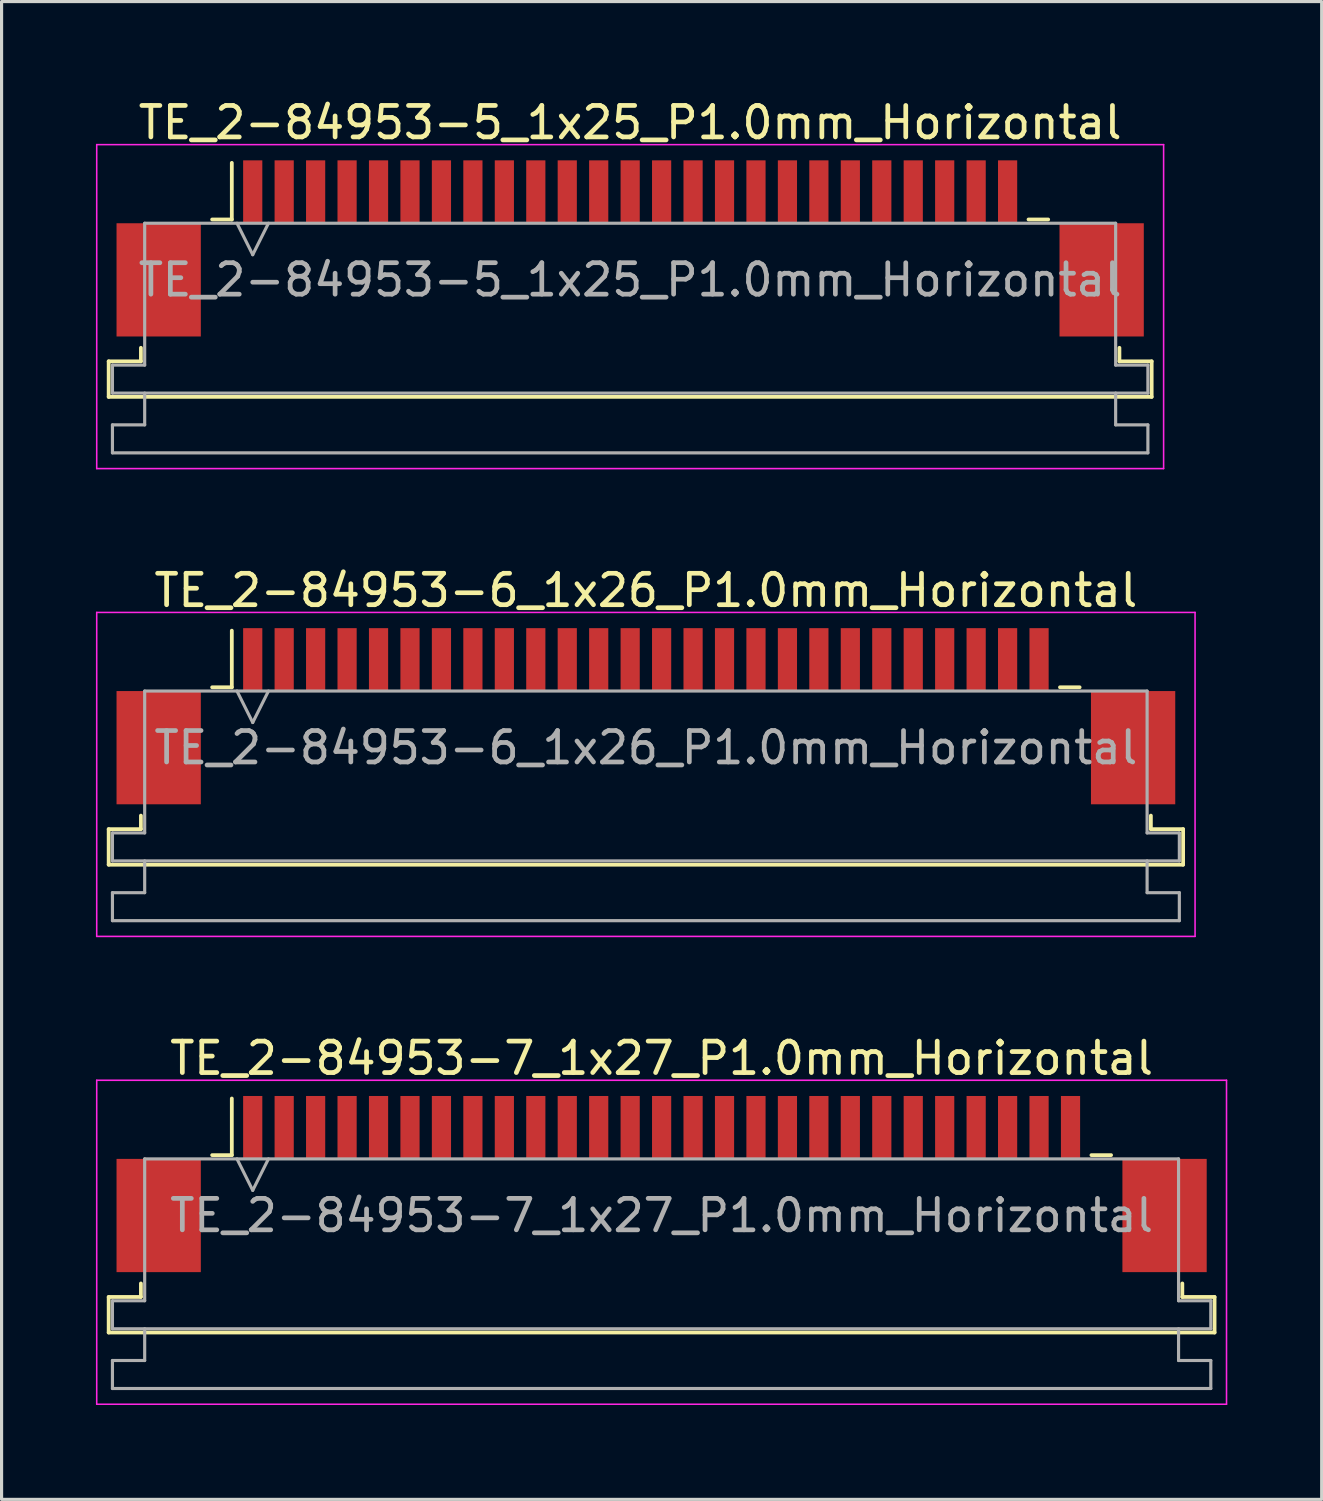
<source format=kicad_pcb>
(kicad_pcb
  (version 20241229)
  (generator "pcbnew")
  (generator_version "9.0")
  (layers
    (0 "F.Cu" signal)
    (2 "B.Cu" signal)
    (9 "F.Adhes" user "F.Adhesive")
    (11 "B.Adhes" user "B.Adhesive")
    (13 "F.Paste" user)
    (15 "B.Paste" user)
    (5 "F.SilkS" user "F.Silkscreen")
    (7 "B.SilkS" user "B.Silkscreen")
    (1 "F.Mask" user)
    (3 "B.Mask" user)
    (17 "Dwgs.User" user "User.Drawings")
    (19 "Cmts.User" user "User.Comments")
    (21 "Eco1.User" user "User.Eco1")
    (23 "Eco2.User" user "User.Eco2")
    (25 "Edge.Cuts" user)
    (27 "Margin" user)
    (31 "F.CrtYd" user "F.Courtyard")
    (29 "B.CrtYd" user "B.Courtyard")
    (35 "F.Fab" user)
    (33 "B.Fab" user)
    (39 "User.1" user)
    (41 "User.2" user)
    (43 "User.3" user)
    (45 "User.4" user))
  (footprint "TE_2-84953-7_1x27_P1.0mm_Horizontal"
    (layer "F.Cu")
    (at 17.985 34.595)
    (property "Reference" "TE_2-84953-7_1x27_P1.0mm_Horizontal" (at 0 -4 0) (layer "F.SilkS") (effects (font (size 1 1) (thickness 0.15))))
    (attr smd)
    (fp_line (start -17.58 3.59) (end -16.555 3.59) (stroke (width 0.12) (type solid)) (layer "F.SilkS"))
    (fp_line (start -17.58 4.72) (end -17.58 3.59) (stroke (width 0.12) (type solid)) (layer "F.SilkS"))
    (fp_line (start -16.555 3.59) (end -16.555 3.16) (stroke (width 0.12) (type solid)) (layer "F.SilkS"))
    (fp_line (start -14.29 -0.92) (end -13.665 -0.92) (stroke (width 0.12) (type solid)) (layer "F.SilkS"))
    (fp_line (start -13.665 -0.92) (end -13.665 -2.72) (stroke (width 0.12) (type solid)) (layer "F.SilkS"))
    (fp_line (start 13.665 -0.92) (end 14.29 -0.92) (stroke (width 0.12) (type solid)) (layer "F.SilkS"))
    (fp_line (start 16.555 3.16) (end 16.555 3.59) (stroke (width 0.12) (type solid)) (layer "F.SilkS"))
    (fp_line (start 16.555 3.59) (end 17.58 3.59) (stroke (width 0.12) (type solid)) (layer "F.SilkS"))
    (fp_line (start 17.58 3.59) (end 17.58 4.72) (stroke (width 0.12) (type solid)) (layer "F.SilkS"))
    (fp_line (start 17.58 4.72) (end -17.58 4.72) (stroke (width 0.12) (type solid)) (layer "F.SilkS"))
    (fp_line (start -17.96 -3.3) (end -17.96 7) (stroke (width 0.05) (type solid)) (layer "F.CrtYd"))
    (fp_line (start -17.96 7) (end 17.96 7) (stroke (width 0.05) (type solid)) (layer "F.CrtYd"))
    (fp_line (start 17.96 -3.3) (end -17.96 -3.3) (stroke (width 0.05) (type solid)) (layer "F.CrtYd"))
    (fp_line (start 17.96 7) (end 17.96 -3.3) (stroke (width 0.05) (type solid)) (layer "F.CrtYd"))
    (fp_line (start -17.46 3.71) (end -16.435 3.71) (stroke (width 0.1) (type solid)) (layer "F.Fab"))
    (fp_line (start -17.46 4.6) (end -17.46 3.71) (stroke (width 0.1) (type solid)) (layer "F.Fab"))
    (fp_line (start -17.46 5.61) (end -16.435 5.61) (stroke (width 0.1) (type solid)) (layer "F.Fab"))
    (fp_line (start -17.46 6.5) (end -17.46 5.61) (stroke (width 0.1) (type solid)) (layer "F.Fab"))
    (fp_line (start -16.435 -0.8) (end 16.435 -0.8) (stroke (width 0.1) (type solid)) (layer "F.Fab"))
    (fp_line (start -16.435 3.71) (end -16.435 -0.8) (stroke (width 0.1) (type solid)) (layer "F.Fab"))
    (fp_line (start -16.435 5.61) (end -16.435 4.6) (stroke (width 0.1) (type solid)) (layer "F.Fab"))
    (fp_line (start -13.5 -0.8) (end -13 0.2) (stroke (width 0.1) (type solid)) (layer "F.Fab"))
    (fp_line (start -13 0.2) (end -12.5 -0.8) (stroke (width 0.1) (type solid)) (layer "F.Fab"))
    (fp_line (start 16.435 -0.8) (end 16.435 3.71) (stroke (width 0.1) (type solid)) (layer "F.Fab"))
    (fp_line (start 16.435 3.71) (end 17.46 3.71) (stroke (width 0.1) (type solid)) (layer "F.Fab"))
    (fp_line (start 16.435 4.6) (end 16.435 5.61) (stroke (width 0.1) (type solid)) (layer "F.Fab"))
    (fp_line (start 16.435 5.61) (end 17.46 5.61) (stroke (width 0.1) (type solid)) (layer "F.Fab"))
    (fp_line (start 17.46 3.71) (end 17.46 4.6) (stroke (width 0.1) (type solid)) (layer "F.Fab"))
    (fp_line (start 17.46 4.6) (end -17.46 4.6) (stroke (width 0.1) (type solid)) (layer "F.Fab"))
    (fp_line (start 17.46 5.61) (end 17.46 6.5) (stroke (width 0.1) (type solid)) (layer "F.Fab"))
    (fp_line (start 17.46 6.5) (end -17.46 6.5) (stroke (width 0.1) (type solid)) (layer "F.Fab"))
    (fp_text user "${REFERENCE}" (at 0 1 0) (layer "F.Fab") (effects (font (size 1 1) (thickness 0.15))))
    (pad "" smd rect (at -15.99 1) (size 2.68 3.6) (layers "F.Cu" "F.Mask" "F.Paste"))
    (pad "" smd rect (at 15.99 1) (size 2.68 3.6) (layers "F.Cu" "F.Mask" "F.Paste"))
    (pad "1" smd rect (at -13 -1.8) (size 0.61 2) (layers "F.Cu" "F.Mask" "F.Paste"))
    (pad "2" smd rect (at -12 -1.8) (size 0.61 2) (layers "F.Cu" "F.Mask" "F.Paste"))
    (pad "3" smd rect (at -11 -1.8) (size 0.61 2) (layers "F.Cu" "F.Mask" "F.Paste"))
    (pad "4" smd rect (at -10 -1.8) (size 0.61 2) (layers "F.Cu" "F.Mask" "F.Paste"))
    (pad "5" smd rect (at -9 -1.8) (size 0.61 2) (layers "F.Cu" "F.Mask" "F.Paste"))
    (pad "6" smd rect (at -8 -1.8) (size 0.61 2) (layers "F.Cu" "F.Mask" "F.Paste"))
    (pad "7" smd rect (at -7 -1.8) (size 0.61 2) (layers "F.Cu" "F.Mask" "F.Paste"))
    (pad "8" smd rect (at -6 -1.8) (size 0.61 2) (layers "F.Cu" "F.Mask" "F.Paste"))
    (pad "9" smd rect (at -5 -1.8) (size 0.61 2) (layers "F.Cu" "F.Mask" "F.Paste"))
    (pad "10" smd rect (at -4 -1.8) (size 0.61 2) (layers "F.Cu" "F.Mask" "F.Paste"))
    (pad "11" smd rect (at -3 -1.8) (size 0.61 2) (layers "F.Cu" "F.Mask" "F.Paste"))
    (pad "12" smd rect (at -2 -1.8) (size 0.61 2) (layers "F.Cu" "F.Mask" "F.Paste"))
    (pad "13" smd rect (at -1 -1.8) (size 0.61 2) (layers "F.Cu" "F.Mask" "F.Paste"))
    (pad "14" smd rect (at 0 -1.8) (size 0.61 2) (layers "F.Cu" "F.Mask" "F.Paste"))
    (pad "15" smd rect (at 1 -1.8) (size 0.61 2) (layers "F.Cu" "F.Mask" "F.Paste"))
    (pad "16" smd rect (at 2 -1.8) (size 0.61 2) (layers "F.Cu" "F.Mask" "F.Paste"))
    (pad "17" smd rect (at 3 -1.8) (size 0.61 2) (layers "F.Cu" "F.Mask" "F.Paste"))
    (pad "18" smd rect (at 4 -1.8) (size 0.61 2) (layers "F.Cu" "F.Mask" "F.Paste"))
    (pad "19" smd rect (at 5 -1.8) (size 0.61 2) (layers "F.Cu" "F.Mask" "F.Paste"))
    (pad "20" smd rect (at 6 -1.8) (size 0.61 2) (layers "F.Cu" "F.Mask" "F.Paste"))
    (pad "21" smd rect (at 7 -1.8) (size 0.61 2) (layers "F.Cu" "F.Mask" "F.Paste"))
    (pad "22" smd rect (at 8 -1.8) (size 0.61 2) (layers "F.Cu" "F.Mask" "F.Paste"))
    (pad "23" smd rect (at 9 -1.8) (size 0.61 2) (layers "F.Cu" "F.Mask" "F.Paste"))
    (pad "24" smd rect (at 10 -1.8) (size 0.61 2) (layers "F.Cu" "F.Mask" "F.Paste"))
    (pad "25" smd rect (at 11 -1.8) (size 0.61 2) (layers "F.Cu" "F.Mask" "F.Paste"))
    (pad "26" smd rect (at 12 -1.8) (size 0.61 2) (layers "F.Cu" "F.Mask" "F.Paste"))
    (pad "27" smd rect (at 13 -1.8) (size 0.61 2) (layers "F.Cu" "F.Mask" "F.Paste")))
  (footprint "TE_2-84953-5_1x25_P1.0mm_Horizontal"
    (layer "F.Cu")
    (at 16.985 4.848)
    (property "Reference" "TE_2-84953-5_1x25_P1.0mm_Horizontal" (at 0 -4 0) (layer "F.SilkS") (effects (font (size 1 1) (thickness 0.15))))
    (attr smd)
    (fp_line (start -16.58 3.59) (end -15.555 3.59) (stroke (width 0.12) (type solid)) (layer "F.SilkS"))
    (fp_line (start -16.58 4.72) (end -16.58 3.59) (stroke (width 0.12) (type solid)) (layer "F.SilkS"))
    (fp_line (start -15.555 3.59) (end -15.555 3.16) (stroke (width 0.12) (type solid)) (layer "F.SilkS"))
    (fp_line (start -13.29 -0.92) (end -12.665 -0.92) (stroke (width 0.12) (type solid)) (layer "F.SilkS"))
    (fp_line (start -12.665 -0.92) (end -12.665 -2.72) (stroke (width 0.12) (type solid)) (layer "F.SilkS"))
    (fp_line (start 12.665 -0.92) (end 13.29 -0.92) (stroke (width 0.12) (type solid)) (layer "F.SilkS"))
    (fp_line (start 15.555 3.16) (end 15.555 3.59) (stroke (width 0.12) (type solid)) (layer "F.SilkS"))
    (fp_line (start 15.555 3.59) (end 16.58 3.59) (stroke (width 0.12) (type solid)) (layer "F.SilkS"))
    (fp_line (start 16.58 3.59) (end 16.58 4.72) (stroke (width 0.12) (type solid)) (layer "F.SilkS"))
    (fp_line (start 16.58 4.72) (end -16.58 4.72) (stroke (width 0.12) (type solid)) (layer "F.SilkS"))
    (fp_line (start -16.96 -3.3) (end -16.96 7) (stroke (width 0.05) (type solid)) (layer "F.CrtYd"))
    (fp_line (start -16.96 7) (end 16.96 7) (stroke (width 0.05) (type solid)) (layer "F.CrtYd"))
    (fp_line (start 16.96 -3.3) (end -16.96 -3.3) (stroke (width 0.05) (type solid)) (layer "F.CrtYd"))
    (fp_line (start 16.96 7) (end 16.96 -3.3) (stroke (width 0.05) (type solid)) (layer "F.CrtYd"))
    (fp_line (start -16.46 3.71) (end -15.435 3.71) (stroke (width 0.1) (type solid)) (layer "F.Fab"))
    (fp_line (start -16.46 4.6) (end -16.46 3.71) (stroke (width 0.1) (type solid)) (layer "F.Fab"))
    (fp_line (start -16.46 5.61) (end -15.435 5.61) (stroke (width 0.1) (type solid)) (layer "F.Fab"))
    (fp_line (start -16.46 6.5) (end -16.46 5.61) (stroke (width 0.1) (type solid)) (layer "F.Fab"))
    (fp_line (start -15.435 -0.8) (end 15.435 -0.8) (stroke (width 0.1) (type solid)) (layer "F.Fab"))
    (fp_line (start -15.435 3.71) (end -15.435 -0.8) (stroke (width 0.1) (type solid)) (layer "F.Fab"))
    (fp_line (start -15.435 5.61) (end -15.435 4.6) (stroke (width 0.1) (type solid)) (layer "F.Fab"))
    (fp_line (start -12.5 -0.8) (end -12 0.2) (stroke (width 0.1) (type solid)) (layer "F.Fab"))
    (fp_line (start -12 0.2) (end -11.5 -0.8) (stroke (width 0.1) (type solid)) (layer "F.Fab"))
    (fp_line (start 15.435 -0.8) (end 15.435 3.71) (stroke (width 0.1) (type solid)) (layer "F.Fab"))
    (fp_line (start 15.435 3.71) (end 16.46 3.71) (stroke (width 0.1) (type solid)) (layer "F.Fab"))
    (fp_line (start 15.435 4.6) (end 15.435 5.61) (stroke (width 0.1) (type solid)) (layer "F.Fab"))
    (fp_line (start 15.435 5.61) (end 16.46 5.61) (stroke (width 0.1) (type solid)) (layer "F.Fab"))
    (fp_line (start 16.46 3.71) (end 16.46 4.6) (stroke (width 0.1) (type solid)) (layer "F.Fab"))
    (fp_line (start 16.46 4.6) (end -16.46 4.6) (stroke (width 0.1) (type solid)) (layer "F.Fab"))
    (fp_line (start 16.46 5.61) (end 16.46 6.5) (stroke (width 0.1) (type solid)) (layer "F.Fab"))
    (fp_line (start 16.46 6.5) (end -16.46 6.5) (stroke (width 0.1) (type solid)) (layer "F.Fab"))
    (fp_text user "${REFERENCE}" (at 0 1 0) (layer "F.Fab") (effects (font (size 1 1) (thickness 0.15))))
    (pad "" smd rect (at -14.99 1) (size 2.68 3.6) (layers "F.Cu" "F.Mask" "F.Paste"))
    (pad "" smd rect (at 14.99 1) (size 2.68 3.6) (layers "F.Cu" "F.Mask" "F.Paste"))
    (pad "1" smd rect (at -12 -1.8) (size 0.61 2) (layers "F.Cu" "F.Mask" "F.Paste"))
    (pad "2" smd rect (at -11 -1.8) (size 0.61 2) (layers "F.Cu" "F.Mask" "F.Paste"))
    (pad "3" smd rect (at -10 -1.8) (size 0.61 2) (layers "F.Cu" "F.Mask" "F.Paste"))
    (pad "4" smd rect (at -9 -1.8) (size 0.61 2) (layers "F.Cu" "F.Mask" "F.Paste"))
    (pad "5" smd rect (at -8 -1.8) (size 0.61 2) (layers "F.Cu" "F.Mask" "F.Paste"))
    (pad "6" smd rect (at -7 -1.8) (size 0.61 2) (layers "F.Cu" "F.Mask" "F.Paste"))
    (pad "7" smd rect (at -6 -1.8) (size 0.61 2) (layers "F.Cu" "F.Mask" "F.Paste"))
    (pad "8" smd rect (at -5 -1.8) (size 0.61 2) (layers "F.Cu" "F.Mask" "F.Paste"))
    (pad "9" smd rect (at -4 -1.8) (size 0.61 2) (layers "F.Cu" "F.Mask" "F.Paste"))
    (pad "10" smd rect (at -3 -1.8) (size 0.61 2) (layers "F.Cu" "F.Mask" "F.Paste"))
    (pad "11" smd rect (at -2 -1.8) (size 0.61 2) (layers "F.Cu" "F.Mask" "F.Paste"))
    (pad "12" smd rect (at -1 -1.8) (size 0.61 2) (layers "F.Cu" "F.Mask" "F.Paste"))
    (pad "13" smd rect (at 0 -1.8) (size 0.61 2) (layers "F.Cu" "F.Mask" "F.Paste"))
    (pad "14" smd rect (at 1 -1.8) (size 0.61 2) (layers "F.Cu" "F.Mask" "F.Paste"))
    (pad "15" smd rect (at 2 -1.8) (size 0.61 2) (layers "F.Cu" "F.Mask" "F.Paste"))
    (pad "16" smd rect (at 3 -1.8) (size 0.61 2) (layers "F.Cu" "F.Mask" "F.Paste"))
    (pad "17" smd rect (at 4 -1.8) (size 0.61 2) (layers "F.Cu" "F.Mask" "F.Paste"))
    (pad "18" smd rect (at 5 -1.8) (size 0.61 2) (layers "F.Cu" "F.Mask" "F.Paste"))
    (pad "19" smd rect (at 6 -1.8) (size 0.61 2) (layers "F.Cu" "F.Mask" "F.Paste"))
    (pad "20" smd rect (at 7 -1.8) (size 0.61 2) (layers "F.Cu" "F.Mask" "F.Paste"))
    (pad "21" smd rect (at 8 -1.8) (size 0.61 2) (layers "F.Cu" "F.Mask" "F.Paste"))
    (pad "22" smd rect (at 9 -1.8) (size 0.61 2) (layers "F.Cu" "F.Mask" "F.Paste"))
    (pad "23" smd rect (at 10 -1.8) (size 0.61 2) (layers "F.Cu" "F.Mask" "F.Paste"))
    (pad "24" smd rect (at 11 -1.8) (size 0.61 2) (layers "F.Cu" "F.Mask" "F.Paste"))
    (pad "25" smd rect (at 12 -1.8) (size 0.61 2) (layers "F.Cu" "F.Mask" "F.Paste")))
  (footprint "TE_2-84953-6_1x26_P1.0mm_Horizontal"
    (layer "F.Cu")
    (at 17.485 19.721)
    (property "Reference" "TE_2-84953-6_1x26_P1.0mm_Horizontal" (at 0 -4 0) (layer "F.SilkS") (effects (font (size 1 1) (thickness 0.15))))
    (attr smd)
    (fp_line (start -17.08 3.59) (end -16.055 3.59) (stroke (width 0.12) (type solid)) (layer "F.SilkS"))
    (fp_line (start -17.08 4.72) (end -17.08 3.59) (stroke (width 0.12) (type solid)) (layer "F.SilkS"))
    (fp_line (start -16.055 3.59) (end -16.055 3.16) (stroke (width 0.12) (type solid)) (layer "F.SilkS"))
    (fp_line (start -13.79 -0.92) (end -13.165 -0.92) (stroke (width 0.12) (type solid)) (layer "F.SilkS"))
    (fp_line (start -13.165 -0.92) (end -13.165 -2.72) (stroke (width 0.12) (type solid)) (layer "F.SilkS"))
    (fp_line (start 13.165 -0.92) (end 13.79 -0.92) (stroke (width 0.12) (type solid)) (layer "F.SilkS"))
    (fp_line (start 16.055 3.16) (end 16.055 3.59) (stroke (width 0.12) (type solid)) (layer "F.SilkS"))
    (fp_line (start 16.055 3.59) (end 17.08 3.59) (stroke (width 0.12) (type solid)) (layer "F.SilkS"))
    (fp_line (start 17.08 3.59) (end 17.08 4.72) (stroke (width 0.12) (type solid)) (layer "F.SilkS"))
    (fp_line (start 17.08 4.72) (end -17.08 4.72) (stroke (width 0.12) (type solid)) (layer "F.SilkS"))
    (fp_line (start -17.46 -3.3) (end -17.46 7) (stroke (width 0.05) (type solid)) (layer "F.CrtYd"))
    (fp_line (start -17.46 7) (end 17.46 7) (stroke (width 0.05) (type solid)) (layer "F.CrtYd"))
    (fp_line (start 17.46 -3.3) (end -17.46 -3.3) (stroke (width 0.05) (type solid)) (layer "F.CrtYd"))
    (fp_line (start 17.46 7) (end 17.46 -3.3) (stroke (width 0.05) (type solid)) (layer "F.CrtYd"))
    (fp_line (start -16.96 3.71) (end -15.935 3.71) (stroke (width 0.1) (type solid)) (layer "F.Fab"))
    (fp_line (start -16.96 4.6) (end -16.96 3.71) (stroke (width 0.1) (type solid)) (layer "F.Fab"))
    (fp_line (start -16.96 5.61) (end -15.935 5.61) (stroke (width 0.1) (type solid)) (layer "F.Fab"))
    (fp_line (start -16.96 6.5) (end -16.96 5.61) (stroke (width 0.1) (type solid)) (layer "F.Fab"))
    (fp_line (start -15.935 -0.8) (end 15.935 -0.8) (stroke (width 0.1) (type solid)) (layer "F.Fab"))
    (fp_line (start -15.935 3.71) (end -15.935 -0.8) (stroke (width 0.1) (type solid)) (layer "F.Fab"))
    (fp_line (start -15.935 5.61) (end -15.935 4.6) (stroke (width 0.1) (type solid)) (layer "F.Fab"))
    (fp_line (start -13 -0.8) (end -12.5 0.2) (stroke (width 0.1) (type solid)) (layer "F.Fab"))
    (fp_line (start -12.5 0.2) (end -12 -0.8) (stroke (width 0.1) (type solid)) (layer "F.Fab"))
    (fp_line (start 15.935 -0.8) (end 15.935 3.71) (stroke (width 0.1) (type solid)) (layer "F.Fab"))
    (fp_line (start 15.935 3.71) (end 16.96 3.71) (stroke (width 0.1) (type solid)) (layer "F.Fab"))
    (fp_line (start 15.935 4.6) (end 15.935 5.61) (stroke (width 0.1) (type solid)) (layer "F.Fab"))
    (fp_line (start 15.935 5.61) (end 16.96 5.61) (stroke (width 0.1) (type solid)) (layer "F.Fab"))
    (fp_line (start 16.96 3.71) (end 16.96 4.6) (stroke (width 0.1) (type solid)) (layer "F.Fab"))
    (fp_line (start 16.96 4.6) (end -16.96 4.6) (stroke (width 0.1) (type solid)) (layer "F.Fab"))
    (fp_line (start 16.96 5.61) (end 16.96 6.5) (stroke (width 0.1) (type solid)) (layer "F.Fab"))
    (fp_line (start 16.96 6.5) (end -16.96 6.5) (stroke (width 0.1) (type solid)) (layer "F.Fab"))
    (fp_text user "${REFERENCE}" (at 0 1 0) (layer "F.Fab") (effects (font (size 1 1) (thickness 0.15))))
    (pad "" smd rect (at -15.49 1) (size 2.68 3.6) (layers "F.Cu" "F.Mask" "F.Paste"))
    (pad "" smd rect (at 15.49 1) (size 2.68 3.6) (layers "F.Cu" "F.Mask" "F.Paste"))
    (pad "1" smd rect (at -12.5 -1.8) (size 0.61 2) (layers "F.Cu" "F.Mask" "F.Paste"))
    (pad "2" smd rect (at -11.5 -1.8) (size 0.61 2) (layers "F.Cu" "F.Mask" "F.Paste"))
    (pad "3" smd rect (at -10.5 -1.8) (size 0.61 2) (layers "F.Cu" "F.Mask" "F.Paste"))
    (pad "4" smd rect (at -9.5 -1.8) (size 0.61 2) (layers "F.Cu" "F.Mask" "F.Paste"))
    (pad "5" smd rect (at -8.5 -1.8) (size 0.61 2) (layers "F.Cu" "F.Mask" "F.Paste"))
    (pad "6" smd rect (at -7.5 -1.8) (size 0.61 2) (layers "F.Cu" "F.Mask" "F.Paste"))
    (pad "7" smd rect (at -6.5 -1.8) (size 0.61 2) (layers "F.Cu" "F.Mask" "F.Paste"))
    (pad "8" smd rect (at -5.5 -1.8) (size 0.61 2) (layers "F.Cu" "F.Mask" "F.Paste"))
    (pad "9" smd rect (at -4.5 -1.8) (size 0.61 2) (layers "F.Cu" "F.Mask" "F.Paste"))
    (pad "10" smd rect (at -3.5 -1.8) (size 0.61 2) (layers "F.Cu" "F.Mask" "F.Paste"))
    (pad "11" smd rect (at -2.5 -1.8) (size 0.61 2) (layers "F.Cu" "F.Mask" "F.Paste"))
    (pad "12" smd rect (at -1.5 -1.8) (size 0.61 2) (layers "F.Cu" "F.Mask" "F.Paste"))
    (pad "13" smd rect (at -0.5 -1.8) (size 0.61 2) (layers "F.Cu" "F.Mask" "F.Paste"))
    (pad "14" smd rect (at 0.5 -1.8) (size 0.61 2) (layers "F.Cu" "F.Mask" "F.Paste"))
    (pad "15" smd rect (at 1.5 -1.8) (size 0.61 2) (layers "F.Cu" "F.Mask" "F.Paste"))
    (pad "16" smd rect (at 2.5 -1.8) (size 0.61 2) (layers "F.Cu" "F.Mask" "F.Paste"))
    (pad "17" smd rect (at 3.5 -1.8) (size 0.61 2) (layers "F.Cu" "F.Mask" "F.Paste"))
    (pad "18" smd rect (at 4.5 -1.8) (size 0.61 2) (layers "F.Cu" "F.Mask" "F.Paste"))
    (pad "19" smd rect (at 5.5 -1.8) (size 0.61 2) (layers "F.Cu" "F.Mask" "F.Paste"))
    (pad "20" smd rect (at 6.5 -1.8) (size 0.61 2) (layers "F.Cu" "F.Mask" "F.Paste"))
    (pad "21" smd rect (at 7.5 -1.8) (size 0.61 2) (layers "F.Cu" "F.Mask" "F.Paste"))
    (pad "22" smd rect (at 8.5 -1.8) (size 0.61 2) (layers "F.Cu" "F.Mask" "F.Paste"))
    (pad "23" smd rect (at 9.5 -1.8) (size 0.61 2) (layers "F.Cu" "F.Mask" "F.Paste"))
    (pad "24" smd rect (at 10.5 -1.8) (size 0.61 2) (layers "F.Cu" "F.Mask" "F.Paste"))
    (pad "25" smd rect (at 11.5 -1.8) (size 0.61 2) (layers "F.Cu" "F.Mask" "F.Paste"))
    (pad "26" smd rect (at 12.5 -1.8) (size 0.61 2) (layers "F.Cu" "F.Mask" "F.Paste")))
  (gr_rect
    (start -3 -3)
    (end 38.97 44.62)
    (stroke (width 0.1) (type default))
    (fill no)
    (layer "Edge.Cuts")))
</source>
